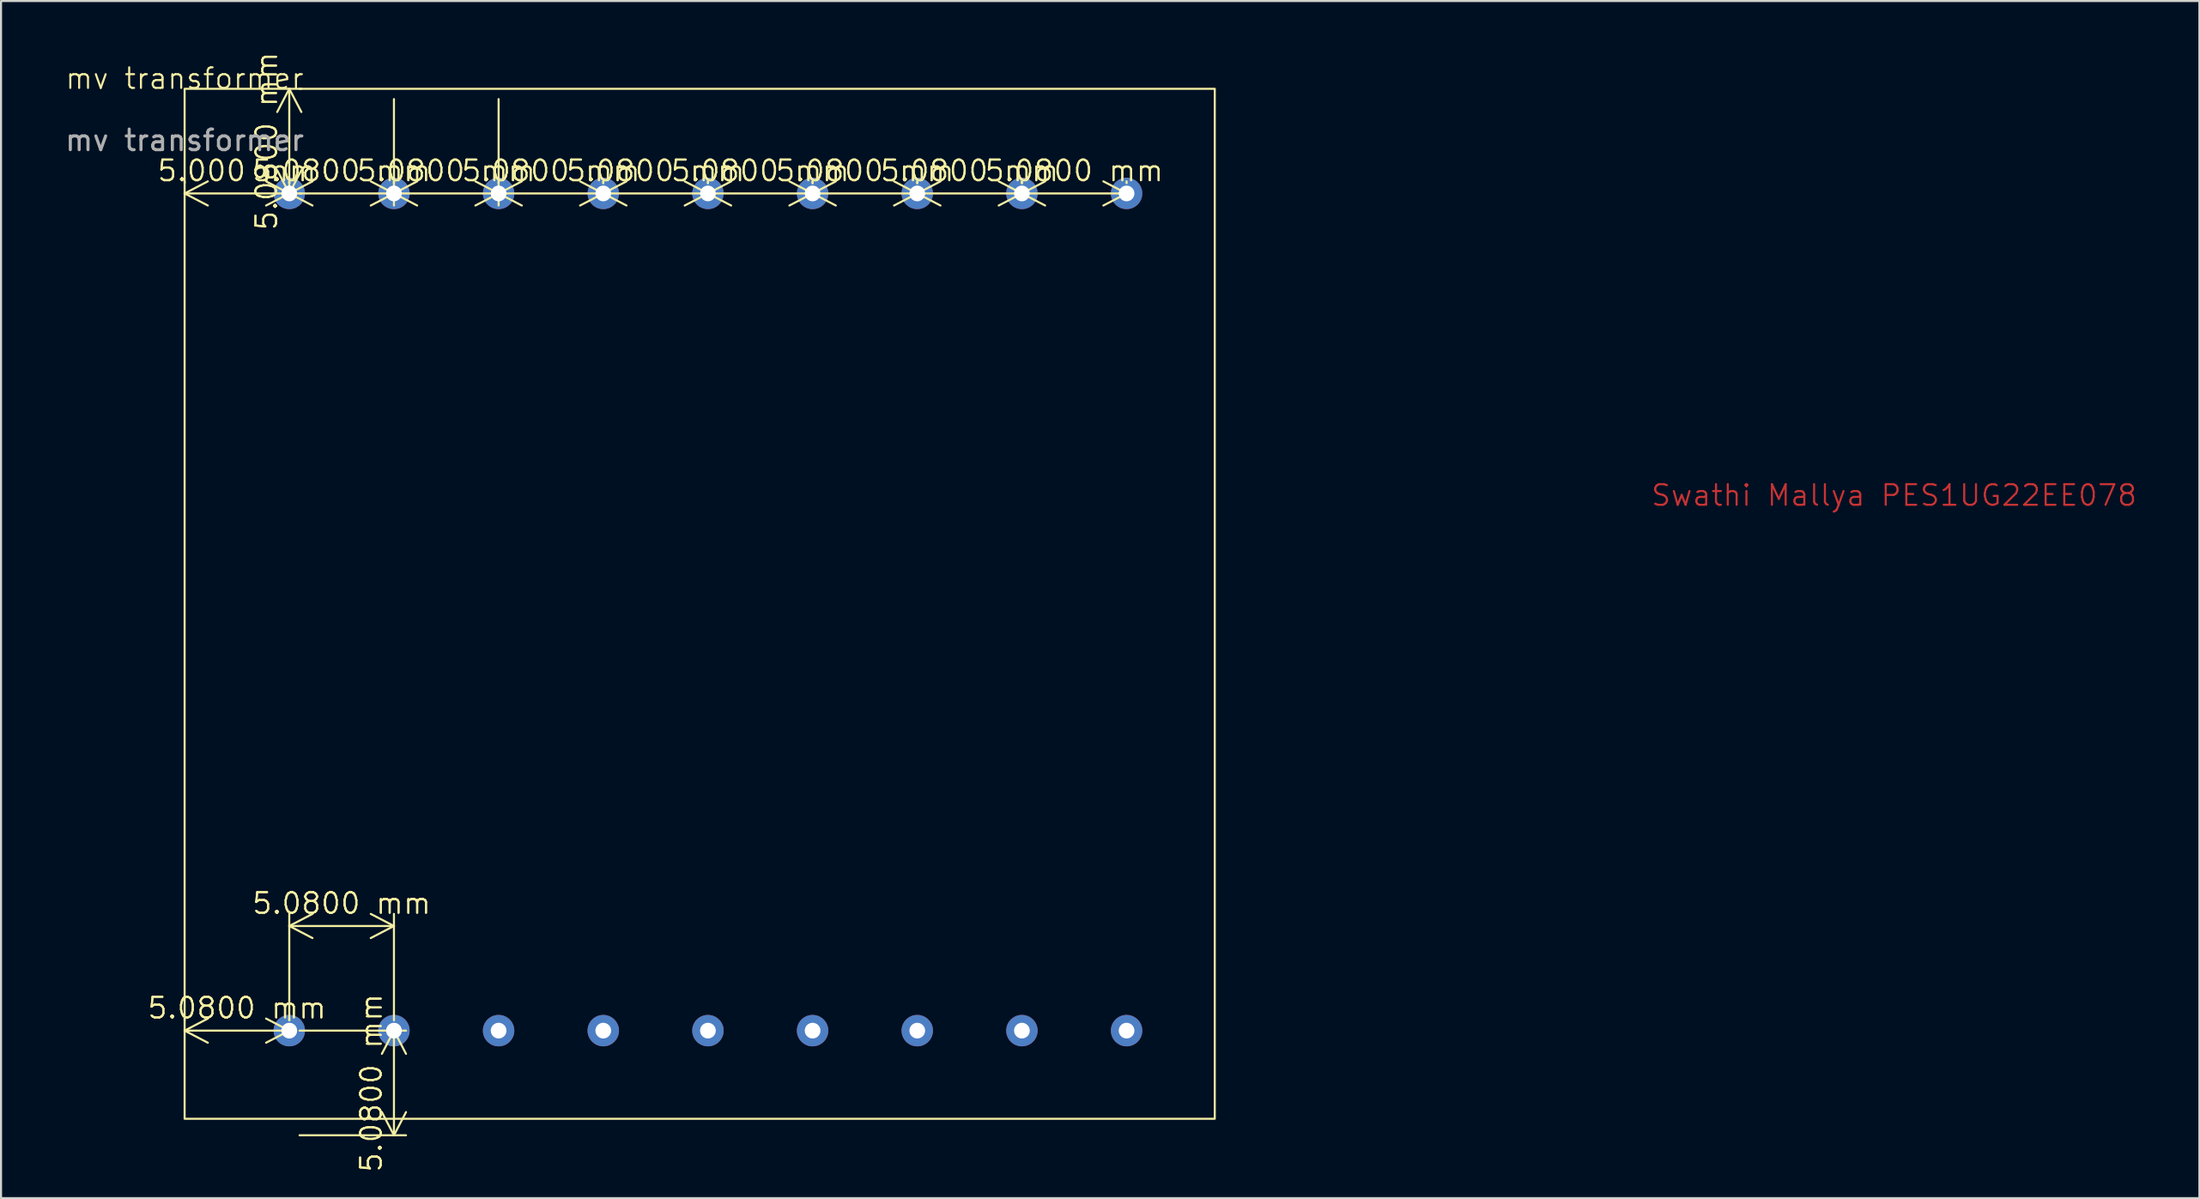
<source format=kicad_pcb>
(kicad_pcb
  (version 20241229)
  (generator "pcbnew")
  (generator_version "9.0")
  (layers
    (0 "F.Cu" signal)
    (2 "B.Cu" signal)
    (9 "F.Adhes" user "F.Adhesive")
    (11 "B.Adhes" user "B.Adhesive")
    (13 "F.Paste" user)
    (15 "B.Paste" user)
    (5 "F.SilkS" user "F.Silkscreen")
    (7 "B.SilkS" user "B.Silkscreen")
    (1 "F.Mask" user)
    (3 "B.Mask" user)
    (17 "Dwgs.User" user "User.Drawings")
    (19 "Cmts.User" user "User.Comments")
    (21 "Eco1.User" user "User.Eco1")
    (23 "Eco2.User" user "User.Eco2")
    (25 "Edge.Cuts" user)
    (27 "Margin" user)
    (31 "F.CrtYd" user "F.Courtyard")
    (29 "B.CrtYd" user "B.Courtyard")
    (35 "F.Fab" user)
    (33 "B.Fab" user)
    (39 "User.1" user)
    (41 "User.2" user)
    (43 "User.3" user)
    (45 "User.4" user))
  (footprint "mv transformer"
    (layer "F.Cu")
    (at 5.911 1.26)
    (property "Reference" "mv transformer" (at 0 -0.5 0) (unlocked yes) (layer "F.SilkS") (effects (font (size 1 1) (thickness 0.1))))
    (attr through_hole)
    (fp_rect (start 0 0) (end 50 50) (stroke (width 0.1) (type default)) (fill no) (layer "F.SilkS"))
    (fp_text user "Swathi Mallya PES1UG22EE078" (at 71.12 20.32 0) (unlocked yes) (layer "F.Cu") (effects (font (size 1 1) (thickness 0.1)) (justify left bottom)))
    (fp_text user "${REFERENCE}" (at 0 2.5 0) (unlocked yes) (layer "F.Fab") (effects (font (size 1 1) (thickness 0.15))))
    (dimension (type aligned) (layer "F.SilkS") (pts (xy 5.911 6.34) (xy 10.991 6.34)) (height 0) (format (prefix "") (suffix "") (units 3) (units_format 1) (precision 4) (override_value "5.000")) (style (thickness 0.1) (arrow_length 1.27) (text_position_mode 0) (arrow_direction outward) (extension_height 0.586) (extension_offset 0.5) (keep_text_aligned yes)) (gr_text "5.000 mm" (at 8.451 5.24 0) (layer "F.SilkS") (effects (font (size 1 1) (thickness 0.1)))))
    (dimension (type aligned) (layer "F.SilkS") (pts (xy 10.991 46.98) (xy 16.071 46.98)) (height -5.08) (format (prefix "") (suffix "") (units 3) (units_format 1) (precision 4)) (style (thickness 0.1) (arrow_length 1.27) (text_position_mode 0) (arrow_direction outward) (extension_height 0.586) (extension_offset 0.5) (keep_text_aligned yes)) (gr_text "5.0800 mm" (at 13.531 40.801 0) (layer "F.SilkS") (effects (font (size 1 1) (thickness 0.1)))))
    (dimension (type aligned) (layer "F.SilkS") (pts (xy 5.911 46.98) (xy 10.991 46.98)) (height 0) (format (prefix "") (suffix "") (units 3) (units_format 1) (precision 4)) (style (thickness 0.1) (arrow_length 1.27) (text_position_mode 0) (arrow_direction outward) (extension_height 0.586) (extension_offset 0.5) (keep_text_aligned yes)) (gr_text "5.0800 mm" (at 8.451 45.88 0) (layer "F.SilkS") (effects (font (size 1 1) (thickness 0.1)))))
    (dimension (type aligned) (layer "F.SilkS") (pts (xy 21.151 6.34) (xy 26.231 6.34)) (height 0) (format (prefix "") (suffix "") (units 3) (units_format 1) (precision 4)) (style (thickness 0.1) (arrow_length 1.27) (text_position_mode 0) (arrow_direction outward) (extension_height 0.586) (extension_offset 0.5) (keep_text_aligned yes)) (gr_text "5.0800 mm" (at 23.691 5.24 0) (layer "F.SilkS") (effects (font (size 1 1) (thickness 0.1)))))
    (dimension (type aligned) (layer "F.SilkS") (pts (xy 10.991 6.34) (xy 16.071 6.34)) (height 0) (format (prefix "") (suffix "") (units 3) (units_format 1) (precision 4)) (style (thickness 0.1) (arrow_length 1.27) (text_position_mode 0) (arrow_direction outward) (extension_height 0.586) (extension_offset 0.5) (keep_text_aligned yes)) (gr_text "5.0800 mm" (at 13.531 5.24 0) (layer "F.SilkS") (effects (font (size 1 1) (thickness 0.1)))))
    (dimension (type aligned) (layer "F.SilkS") (pts (xy 10.991 1.26) (xy 10.991 6.34)) (height 0) (format (prefix "") (suffix "") (units 3) (units_format 1) (precision 4)) (style (thickness 0.1) (arrow_length 1.27) (text_position_mode 0) (arrow_direction outward) (extension_height 0.586) (extension_offset 0.5) (keep_text_aligned yes)) (gr_text "5.0800 mm" (at 9.891 3.8 90) (layer "F.SilkS") (effects (font (size 1 1) (thickness 0.1)))))
    (dimension (type aligned) (layer "F.SilkS") (pts (xy 31.311 6.34) (xy 36.391 6.34)) (height 0) (format (prefix "") (suffix "") (units 3) (units_format 1) (precision 4)) (style (thickness 0.1) (arrow_length 1.27) (text_position_mode 0) (arrow_direction outward) (extension_height 0.586) (extension_offset 0.5) (keep_text_aligned yes)) (gr_text "5.0800 mm" (at 33.851 5.24 0) (layer "F.SilkS") (effects (font (size 1 1) (thickness 0.1)))))
    (dimension (type aligned) (layer "F.SilkS") (pts (xy 41.471 6.34) (xy 46.551 6.34)) (height 0) (format (prefix "") (suffix "") (units 3) (units_format 1) (precision 4)) (style (thickness 0.1) (arrow_length 1.27) (text_position_mode 0) (arrow_direction outward) (extension_height 0.586) (extension_offset 0.5) (keep_text_aligned yes)) (gr_text "5.0800 mm" (at 44.011 5.24 0) (layer "F.SilkS") (effects (font (size 1 1) (thickness 0.1)))))
    (dimension (type aligned) (layer "F.SilkS") (pts (xy 36.391 6.34) (xy 41.471 6.34)) (height 0) (format (prefix "") (suffix "") (units 3) (units_format 1) (precision 4)) (style (thickness 0.1) (arrow_length 1.27) (text_position_mode 0) (arrow_direction outward) (extension_height 0.586) (extension_offset 0.5) (keep_text_aligned yes)) (gr_text "5.0800 mm" (at 38.931 5.24 0) (layer "F.SilkS") (effects (font (size 1 1) (thickness 0.1)))))
    (dimension (type aligned) (layer "F.SilkS") (pts (xy 26.231 6.34) (xy 31.311 6.34)) (height 0) (format (prefix "") (suffix "") (units 3) (units_format 1) (precision 4)) (style (thickness 0.1) (arrow_length 1.27) (text_position_mode 0) (arrow_direction outward) (extension_height 0.586) (extension_offset 0.5) (keep_text_aligned yes)) (gr_text "5.0800 mm" (at 28.771 5.24 0) (layer "F.SilkS") (effects (font (size 1 1) (thickness 0.1)))))
    (dimension (type aligned) (layer "F.SilkS") (pts (xy 10.991 46.98) (xy 10.991 52.06)) (height -5.08) (format (prefix "") (suffix "") (units 3) (units_format 1) (precision 4)) (style (thickness 0.1) (arrow_length 1.27) (text_position_mode 0) (arrow_direction outward) (extension_height 0.586) (extension_offset 0.5) (keep_text_aligned yes)) (gr_text "5.0800 mm" (at 14.971 49.52 90) (layer "F.SilkS") (effects (font (size 1 1) (thickness 0.1)))))
    (dimension (type aligned) (layer "F.SilkS") (pts (xy 16.071 1.26) (xy 21.151 1.26)) (height 5.08) (format (prefix "") (suffix "") (units 3) (units_format 1) (precision 4)) (style (thickness 0.1) (arrow_length 1.27) (text_position_mode 0) (arrow_direction outward) (extension_height 0.586) (extension_offset 0.5) (keep_text_aligned yes)) (gr_text "5.0800 mm" (at 18.611 5.24 0) (layer "F.SilkS") (effects (font (size 1 1) (thickness 0.1)))))
    (dimension (type aligned) (layer "F.SilkS") (pts (xy 46.551 6.34) (xy 51.631 6.34)) (height 0) (format (prefix "") (suffix "") (units 3) (units_format 1) (precision 4)) (style (thickness 0.1) (arrow_length 1.27) (text_position_mode 0) (arrow_direction outward) (extension_height 0.586) (extension_offset 0.5) (keep_text_aligned yes)) (gr_text "5.0800 mm" (at 49.091 5.24 0) (layer "F.SilkS") (effects (font (size 1 1) (thickness 0.1)))))
    (pad "2" thru_hole circle (at 5.08 5.08) (size 1.524 1.524) (drill 0.762) (layers "*.Cu" "*.Mask"))
    (pad "3" thru_hole circle (at 10.16 5.08) (size 1.524 1.524) (drill 0.762) (layers "*.Cu" "*.Mask"))
    (pad "4" thru_hole circle (at 15.24 5.08) (size 1.524 1.524) (drill 0.762) (layers "*.Cu" "*.Mask"))
    (pad "5" thru_hole circle (at 20.32 5.08) (size 1.524 1.524) (drill 0.762) (layers "*.Cu" "*.Mask"))
    (pad "6" thru_hole circle (at 25.4 5.08) (size 1.524 1.524) (drill 0.762) (layers "*.Cu" "*.Mask"))
    (pad "7" thru_hole circle (at 30.48 5.08) (size 1.524 1.524) (drill 0.762) (layers "*.Cu" "*.Mask"))
    (pad "8" thru_hole circle (at 35.56 5.08) (size 1.524 1.524) (drill 0.762) (layers "*.Cu" "*.Mask"))
    (pad "9" thru_hole circle (at 40.64 5.08) (size 1.524 1.524) (drill 0.762) (layers "*.Cu" "*.Mask"))
    (pad "10" thru_hole circle (at 45.72 5.08) (size 1.524 1.524) (drill 0.762) (layers "*.Cu" "*.Mask"))
    (pad "13" thru_hole circle (at 5.08 45.72) (size 1.524 1.524) (drill 0.762) (layers "*.Cu" "*.Mask"))
    (pad "14" thru_hole circle (at 10.16 45.72) (size 1.524 1.524) (drill 0.762) (layers "*.Cu" "*.Mask"))
    (pad "15" thru_hole circle (at 15.24 45.72) (size 1.524 1.524) (drill 0.762) (layers "*.Cu" "*.Mask"))
    (pad "16" thru_hole circle (at 20.32 45.72) (size 1.524 1.524) (drill 0.762) (layers "*.Cu" "*.Mask"))
    (pad "17" thru_hole circle (at 25.4 45.72) (size 1.524 1.524) (drill 0.762) (layers "*.Cu" "*.Mask"))
    (pad "18" thru_hole circle (at 30.48 45.72) (size 1.524 1.524) (drill 0.762) (layers "*.Cu" "*.Mask"))
    (pad "19" thru_hole circle (at 35.56 45.72) (size 1.524 1.524) (drill 0.762) (layers "*.Cu" "*.Mask"))
    (pad "20" thru_hole circle (at 40.64 45.72) (size 1.524 1.524) (drill 0.762) (layers "*.Cu" "*.Mask"))
    (pad "21" thru_hole circle (at 45.72 45.72) (size 1.524 1.524) (drill 0.762) (layers "*.Cu" "*.Mask")))
  (gr_rect
    (start -3 -3)
    (end 103.702 55.111)
    (stroke (width 0.1) (type default))
    (fill no)
    (layer "Edge.Cuts")))
</source>
